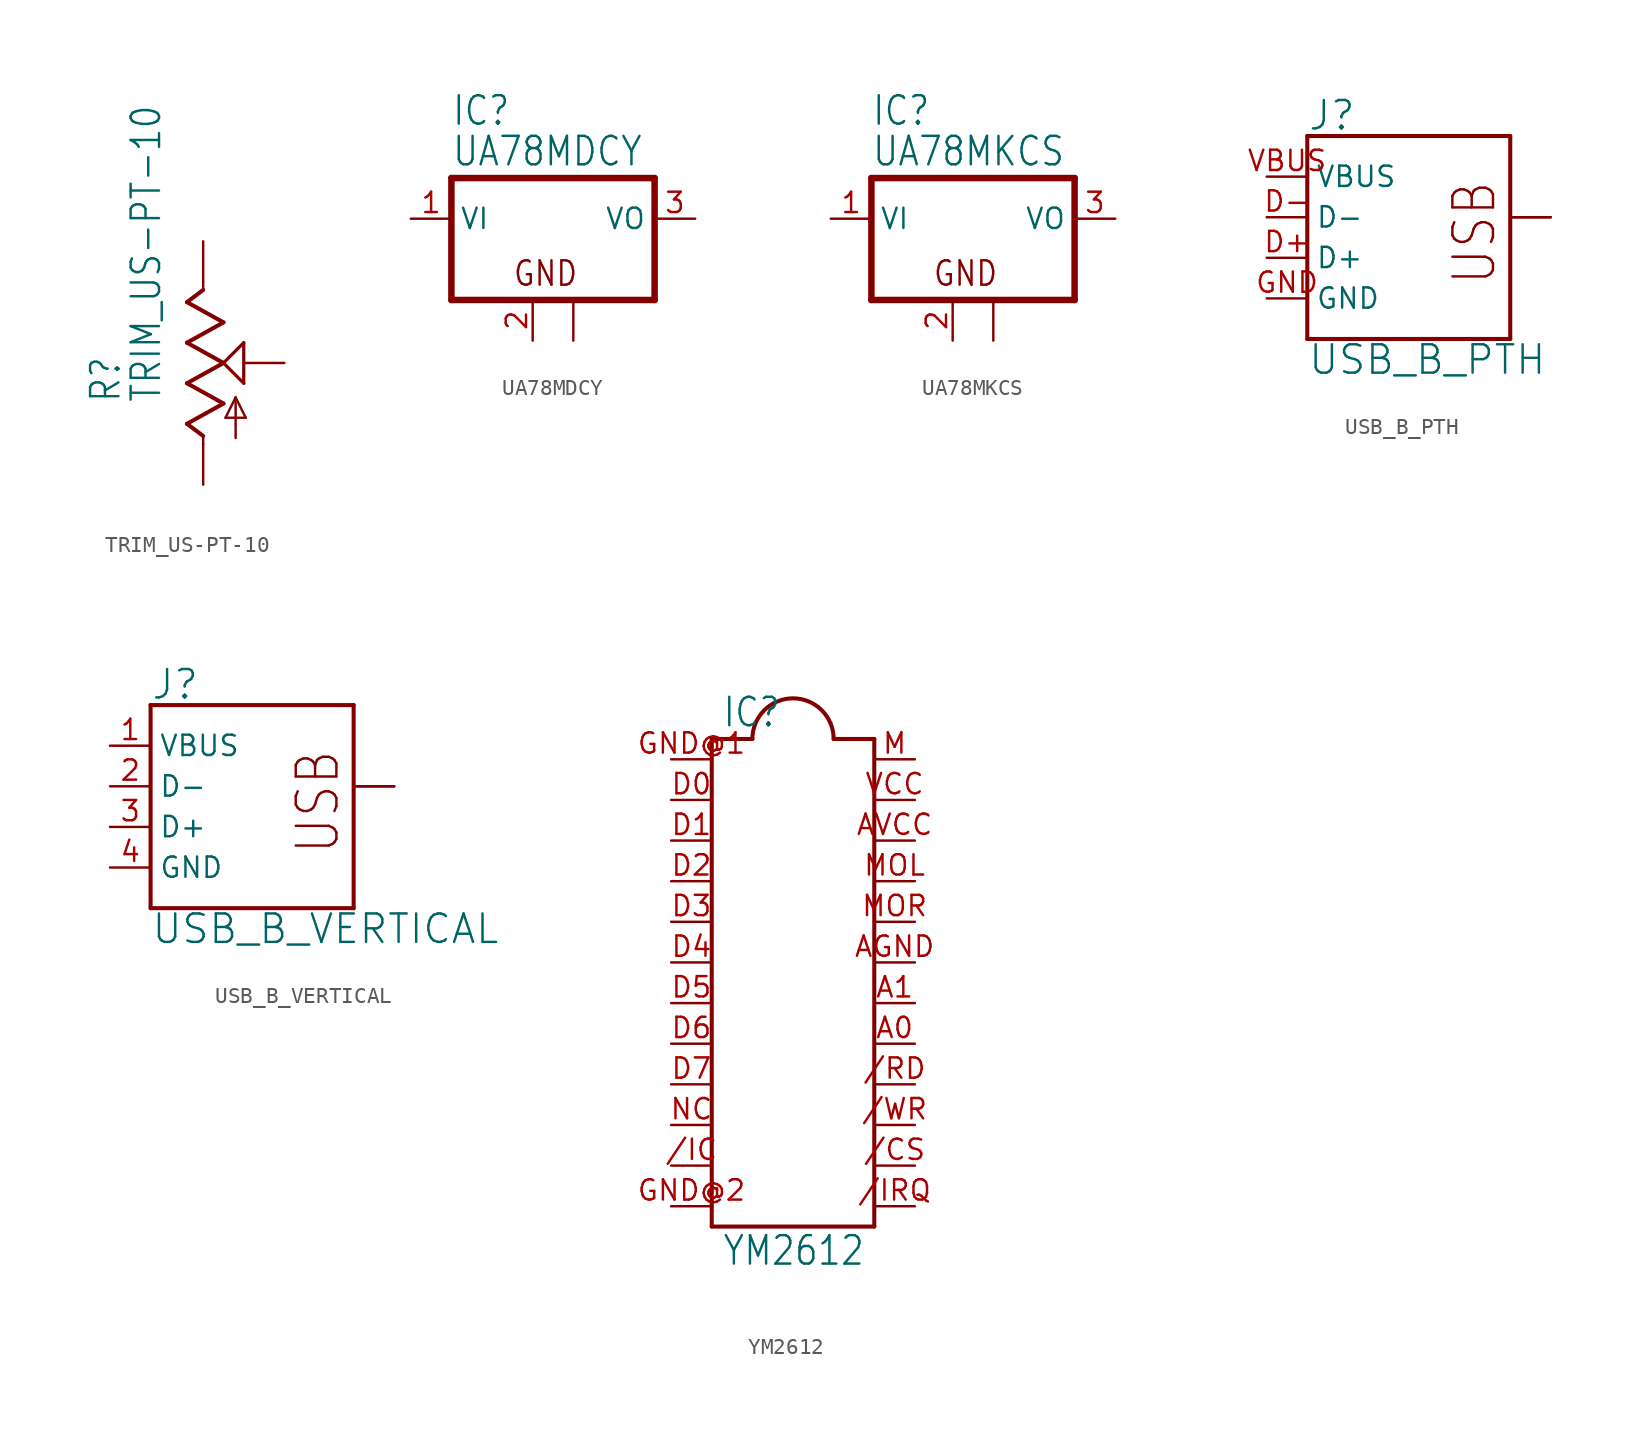
<source format=kicad_sym>
(kicad_symbol_lib
  (version 20211014)
  (generator kicad_symbol_editor)
  (symbol "TRIM_US-PT-10"
    (property "Reference" "R"
      (at -5.08 -2.54 90)
      (effects (font (size 1.778 1.511)) (justify left bottom)))
    (property "Value" "TRIM_US-PT-10"
      (at -2.54 -2.54 90)
      (effects (font (size 1.778 1.511)) (justify left bottom)))
    (property "ki_locked" ""
      (at 0 0 0)
      (effects (font (size 1.27 1.27))))
    (symbol "TRIM_US-PT-10_1_0"
      (polyline (pts (xy -1.016 -3.81) (xy 1.27 -2.54)) (stroke (width 0.254) (type default) (color 0 0 0 0)) (fill (type none)))
      (polyline (pts (xy -1.016 -1.27) (xy 1.27 0)) (stroke (width 0.254) (type default) (color 0 0 0 0)) (fill (type none)))
      (polyline (pts (xy -1.016 1.27) (xy 1.27 2.54)) (stroke (width 0.254) (type default) (color 0 0 0 0)) (fill (type none)))
      (polyline (pts (xy -1.016 3.81) (xy 0 4.572)) (stroke (width 0.254) (type default) (color 0 0 0 0)) (fill (type none)))
      (polyline (pts (xy 0 -5.08) (xy 0 -4.572)) (stroke (width 0.152) (type default) (color 0 0 0 0)) (fill (type none)))
      (polyline (pts (xy 0 -4.572) (xy -1.016 -3.81)) (stroke (width 0.254) (type default) (color 0 0 0 0)) (fill (type none)))
      (polyline (pts (xy 0 4.572) (xy 0 5.08)) (stroke (width 0.152) (type default) (color 0 0 0 0)) (fill (type none)))
      (polyline (pts (xy 1.27 -2.54) (xy -1.016 -1.27)) (stroke (width 0.254) (type default) (color 0 0 0 0)) (fill (type none)))
      (polyline (pts (xy 1.27 0) (xy -1.016 1.27)) (stroke (width 0.254) (type default) (color 0 0 0 0)) (fill (type none)))
      (polyline (pts (xy 1.27 0) (xy 2.54 1.27)) (stroke (width 0.203) (type default) (color 0 0 0 0)) (fill (type none)))
      (polyline (pts (xy 1.27 2.54) (xy -1.016 3.81)) (stroke (width 0.254) (type default) (color 0 0 0 0)) (fill (type none)))
      (polyline (pts (xy 1.397 -3.429) (xy 2.032 -2.159)) (stroke (width 0.152) (type default) (color 0 0 0 0)) (fill (type none)))
      (polyline (pts (xy 2.032 -4.699) (xy 2.032 -2.159)) (stroke (width 0.152) (type default) (color 0 0 0 0)) (fill (type none)))
      (polyline (pts (xy 2.032 -2.159) (xy 2.667 -3.429)) (stroke (width 0.152) (type default) (color 0 0 0 0)) (fill (type none)))
      (polyline (pts (xy 2.54 -1.27) (xy 1.27 0)) (stroke (width 0.203) (type default) (color 0 0 0 0)) (fill (type none)))
      (polyline (pts (xy 2.54 1.27) (xy 2.54 -1.27)) (stroke (width 0.203) (type default) (color 0 0 0 0)) (fill (type none)))
      (polyline (pts (xy 2.667 -3.429) (xy 1.397 -3.429)) (stroke (width 0.152) (type default) (color 0 0 0 0)) (fill (type none)))
      (pin passive line (at 0 -7.62 90) (length 2.54) (name "A" (effects (font (size 0 0)))) (number "A" (effects (font (size 0 0)))))
      (pin passive line (at 0 7.62 270) (length 2.54) (name "E" (effects (font (size 0 0)))) (number "E" (effects (font (size 0 0)))))
      (pin passive line (at 5.08 0 180) (length 2.54) (name "S" (effects (font (size 0 0)))) (number "S" (effects (font (size 0 0)))))))
  (symbol "UA78MDCY"
    (property "Reference" "IC"
      (at -5.08 5.715 0)
      (effects (font (size 1.778 1.511)) (justify left bottom)))
    (property "Value" "UA78MDCY"
      (at -5.08 3.175 0)
      (effects (font (size 1.778 1.511)) (justify left bottom)))
    (property "ki_locked" ""
      (at 0 0 0)
      (effects (font (size 1.27 1.27))))
    (symbol "UA78MDCY_1_0"
      (polyline (pts (xy -5.08 -5.08) (xy 7.62 -5.08)) (stroke (width 0.406) (type default) (color 0 0 0 0)) (fill (type none)))
      (polyline (pts (xy -5.08 2.54) (xy -5.08 -5.08)) (stroke (width 0.406) (type default) (color 0 0 0 0)) (fill (type none)))
      (polyline (pts (xy 7.62 -5.08) (xy 7.62 2.54)) (stroke (width 0.406) (type default) (color 0 0 0 0)) (fill (type none)))
      (polyline (pts (xy 7.62 2.54) (xy -5.08 2.54)) (stroke (width 0.406) (type default) (color 0 0 0 0)) (fill (type none)))
      (text "GND" (at -1.27 -4.318 0) (effects (font (size 1.524 1.295)) (justify left bottom)))
      (pin input line (at -7.62 0 0) (length 2.54) (name "VI" (effects (font (size 1.27 1.27)))) (number "1" (effects (font (size 1.27 1.27)))))
      (pin passive line (at 0 -7.62 90) (length 2.54) (name "GND" (effects (font (size 0 0)))) (number "2" (effects (font (size 1.27 1.27)))))
      (pin passive line (at 10.16 0 180) (length 2.54) (name "VO" (effects (font (size 1.27 1.27)))) (number "3" (effects (font (size 1.27 1.27)))))
      (pin passive line (at 2.54 -7.62 90) (length 2.54) (name "GND@1" (effects (font (size 0 0)))) (number "4" (effects (font (size 0 0)))))))
  (symbol "UA78MKCS"
    (property "Reference" "IC"
      (at -5.08 5.715 0)
      (effects (font (size 1.778 1.511)) (justify left bottom)))
    (property "Value" "UA78MKCS"
      (at -5.08 3.175 0)
      (effects (font (size 1.778 1.511)) (justify left bottom)))
    (property "ki_locked" ""
      (at 0 0 0)
      (effects (font (size 1.27 1.27))))
    (symbol "UA78MKCS_1_0"
      (polyline (pts (xy -5.08 -5.08) (xy 7.62 -5.08)) (stroke (width 0.406) (type default) (color 0 0 0 0)) (fill (type none)))
      (polyline (pts (xy -5.08 2.54) (xy -5.08 -5.08)) (stroke (width 0.406) (type default) (color 0 0 0 0)) (fill (type none)))
      (polyline (pts (xy 7.62 -5.08) (xy 7.62 2.54)) (stroke (width 0.406) (type default) (color 0 0 0 0)) (fill (type none)))
      (polyline (pts (xy 7.62 2.54) (xy -5.08 2.54)) (stroke (width 0.406) (type default) (color 0 0 0 0)) (fill (type none)))
      (text "GND" (at -1.27 -4.318 0) (effects (font (size 1.524 1.295)) (justify left bottom)))
      (pin input line (at -7.62 0 0) (length 2.54) (name "VI" (effects (font (size 1.27 1.27)))) (number "1" (effects (font (size 1.27 1.27)))))
      (pin passive line (at 0 -7.62 90) (length 2.54) (name "GND" (effects (font (size 0 0)))) (number "2" (effects (font (size 1.27 1.27)))))
      (pin passive line (at 10.16 0 180) (length 2.54) (name "VO" (effects (font (size 1.27 1.27)))) (number "3" (effects (font (size 1.27 1.27)))))
      (pin passive line (at 2.54 -7.62 90) (length 2.54) (name "GND@1" (effects (font (size 0 0)))) (number "TAB" (effects (font (size 0 0)))))))
  (symbol "USB_B_PTH"
    (property "Reference" "J"
      (at -5.08 7.874 0)
      (effects (font (size 1.778 1.778)) (justify left bottom)))
    (property "Value" "USB_B_PTH"
      (at -5.08 -5.334 0)
      (effects (font (size 1.778 1.778)) (justify left top)))
    (property "ki_locked" ""
      (at 0 0 0)
      (effects (font (size 1.27 1.27))))
    (symbol "USB_B_PTH_1_0"
      (polyline (pts (xy -5.08 -5.08) (xy 7.62 -5.08)) (stroke (width 0.254) (type default) (color 0 0 0 0)) (fill (type none)))
      (polyline (pts (xy -5.08 7.62) (xy -5.08 -5.08)) (stroke (width 0.254) (type default) (color 0 0 0 0)) (fill (type none)))
      (polyline (pts (xy 7.62 7.62) (xy -5.08 7.62)) (stroke (width 0.254) (type default) (color 0 0 0 0)) (fill (type none)))
      (polyline (pts (xy 7.62 7.62) (xy 7.62 -5.08)) (stroke (width 0.254) (type default) (color 0 0 0 0)) (fill (type none)))
      (text "USB" (at 6.858 -1.778 900) (effects (font (size 2.54 2.159)) (justify left bottom)))
      (pin bidirectional line (at -7.62 0 0) (length 2.54) (name "D+" (effects (font (size 1.27 1.27)))) (number "D+" (effects (font (size 1.27 1.27)))))
      (pin bidirectional line (at -7.62 2.54 0) (length 2.54) (name "D-" (effects (font (size 1.27 1.27)))) (number "D-" (effects (font (size 1.27 1.27)))))
      (pin power_in line (at -7.62 -2.54 0) (length 2.54) (name "GND" (effects (font (size 1.27 1.27)))) (number "GND" (effects (font (size 1.27 1.27)))))
      (pin bidirectional line (at 10.16 2.54 180) (length 2.54) (name "SHIELD" (effects (font (size 0 0)))) (number "SHLD1" (effects (font (size 0 0)))))
      (pin bidirectional line (at 10.16 2.54 180) (length 2.54) (name "SHIELD" (effects (font (size 0 0)))) (number "SHLD2" (effects (font (size 0 0)))))
      (pin power_in line (at -7.62 5.08 0) (length 2.54) (name "VBUS" (effects (font (size 1.27 1.27)))) (number "VBUS" (effects (font (size 1.27 1.27)))))))
  (symbol "USB_B_VERTICAL"
    (property "Reference" "J"
      (at -5.08 7.874 0)
      (effects (font (size 1.778 1.778)) (justify left bottom)))
    (property "Value" "USB_B_VERTICAL"
      (at -5.08 -5.334 0)
      (effects (font (size 1.778 1.778)) (justify left top)))
    (property "ki_locked" ""
      (at 0 0 0)
      (effects (font (size 1.27 1.27))))
    (symbol "USB_B_VERTICAL_1_0"
      (polyline (pts (xy -5.08 -5.08) (xy 7.62 -5.08)) (stroke (width 0.254) (type default) (color 0 0 0 0)) (fill (type none)))
      (polyline (pts (xy -5.08 7.62) (xy -5.08 -5.08)) (stroke (width 0.254) (type default) (color 0 0 0 0)) (fill (type none)))
      (polyline (pts (xy 7.62 7.62) (xy -5.08 7.62)) (stroke (width 0.254) (type default) (color 0 0 0 0)) (fill (type none)))
      (polyline (pts (xy 7.62 7.62) (xy 7.62 -5.08)) (stroke (width 0.254) (type default) (color 0 0 0 0)) (fill (type none)))
      (text "USB" (at 6.858 -1.778 900) (effects (font (size 2.54 2.159)) (justify left bottom)))
      (pin power_in line (at -7.62 5.08 0) (length 2.54) (name "VBUS" (effects (font (size 1.27 1.27)))) (number "1" (effects (font (size 1.27 1.27)))))
      (pin bidirectional line (at -7.62 2.54 0) (length 2.54) (name "D-" (effects (font (size 1.27 1.27)))) (number "2" (effects (font (size 1.27 1.27)))))
      (pin bidirectional line (at -7.62 0 0) (length 2.54) (name "D+" (effects (font (size 1.27 1.27)))) (number "3" (effects (font (size 1.27 1.27)))))
      (pin power_in line (at -7.62 -2.54 0) (length 2.54) (name "GND" (effects (font (size 1.27 1.27)))) (number "4" (effects (font (size 1.27 1.27)))))
      (pin bidirectional line (at 10.16 2.54 180) (length 2.54) (name "SHIELD" (effects (font (size 0 0)))) (number "5" (effects (font (size 0 0)))))
      (pin bidirectional line (at 10.16 2.54 180) (length 2.54) (name "SHIELD" (effects (font (size 0 0)))) (number "6" (effects (font (size 0 0)))))))
  (symbol "YM2612"
    (property "Reference" "IC"
      (at -4.445 17.145 0)
      (effects (font (size 1.778 1.511)) (justify left bottom)))
    (property "Value" "YM2612"
      (at -4.445 -16.51 0)
      (effects (font (size 1.778 1.511)) (justify left bottom)))
    (property "ki_locked" ""
      (at 0 0 0)
      (effects (font (size 1.27 1.27))))
    (symbol "YM2612_1_0"
      (polyline (pts (xy -5.08 -13.97) (xy 5.08 -13.97)) (stroke (width 0.254) (type default) (color 0 0 0 0)) (fill (type none)))
      (polyline (pts (xy -5.08 16.51) (xy -5.08 -13.97)) (stroke (width 0.254) (type default) (color 0 0 0 0)) (fill (type none)))
      (polyline (pts (xy -5.08 16.51) (xy -2.54 16.51)) (stroke (width 0.254) (type default) (color 0 0 0 0)) (fill (type none)))
      (polyline (pts (xy 5.08 -13.97) (xy 5.08 16.51)) (stroke (width 0.254) (type default) (color 0 0 0 0)) (fill (type none)))
      (polyline (pts (xy 5.08 16.51) (xy 2.54 16.51)) (stroke (width 0.254) (type default) (color 0 0 0 0)) (fill (type none)))
      (arc (start 2.54 16.51) (mid 0 19.05) (end -2.54 16.51) (stroke (width 0.254) (type default) (color 0 0 0 0)) (fill (type none)))
      (pin passive line (at 7.62 -10.16 180) (length 2.54) (name "/CS" (effects (font (size 0 0)))) (number "/CS" (effects (font (size 1.27 1.27)))))
      (pin passive line (at -7.62 -10.16 0) (length 2.54) (name "/IC" (effects (font (size 0 0)))) (number "/IC" (effects (font (size 1.27 1.27)))))
      (pin passive line (at 7.62 -12.7 180) (length 2.54) (name "/IRQ" (effects (font (size 0 0)))) (number "/IRQ" (effects (font (size 1.27 1.27)))))
      (pin passive line (at 7.62 -5.08 180) (length 2.54) (name "/RD" (effects (font (size 0 0)))) (number "/RD" (effects (font (size 1.27 1.27)))))
      (pin passive line (at 7.62 -7.62 180) (length 2.54) (name "/WR" (effects (font (size 0 0)))) (number "/WR" (effects (font (size 1.27 1.27)))))
      (pin passive line (at 7.62 -2.54 180) (length 2.54) (name "A0" (effects (font (size 0 0)))) (number "A0" (effects (font (size 1.27 1.27)))))
      (pin passive line (at 7.62 0 180) (length 2.54) (name "A1" (effects (font (size 0 0)))) (number "A1" (effects (font (size 1.27 1.27)))))
      (pin passive line (at 7.62 2.54 180) (length 2.54) (name "AGND" (effects (font (size 0 0)))) (number "AGND" (effects (font (size 1.27 1.27)))))
      (pin passive line (at 7.62 10.16 180) (length 2.54) (name "AVCC" (effects (font (size 0 0)))) (number "AVCC" (effects (font (size 1.27 1.27)))))
      (pin passive line (at -7.62 12.7 0) (length 2.54) (name "D0" (effects (font (size 0 0)))) (number "D0" (effects (font (size 1.27 1.27)))))
      (pin passive line (at -7.62 10.16 0) (length 2.54) (name "D1" (effects (font (size 0 0)))) (number "D1" (effects (font (size 1.27 1.27)))))
      (pin passive line (at -7.62 7.62 0) (length 2.54) (name "D2" (effects (font (size 0 0)))) (number "D2" (effects (font (size 1.27 1.27)))))
      (pin passive line (at -7.62 5.08 0) (length 2.54) (name "D3" (effects (font (size 0 0)))) (number "D3" (effects (font (size 1.27 1.27)))))
      (pin passive line (at -7.62 2.54 0) (length 2.54) (name "D4" (effects (font (size 0 0)))) (number "D4" (effects (font (size 1.27 1.27)))))
      (pin passive line (at -7.62 0 0) (length 2.54) (name "D5" (effects (font (size 0 0)))) (number "D5" (effects (font (size 1.27 1.27)))))
      (pin passive line (at -7.62 -2.54 0) (length 2.54) (name "D6" (effects (font (size 0 0)))) (number "D6" (effects (font (size 1.27 1.27)))))
      (pin passive line (at -7.62 -5.08 0) (length 2.54) (name "D7" (effects (font (size 0 0)))) (number "D7" (effects (font (size 1.27 1.27)))))
      (pin passive line (at -7.62 15.24 0) (length 2.54) (name "GND@1" (effects (font (size 0 0)))) (number "GND@1" (effects (font (size 1.27 1.27)))))
      (pin passive line (at -7.62 -12.7 0) (length 2.54) (name "GND@2" (effects (font (size 0 0)))) (number "GND@2" (effects (font (size 1.27 1.27)))))
      (pin passive line (at 7.62 15.24 180) (length 2.54) (name "M" (effects (font (size 0 0)))) (number "M" (effects (font (size 1.27 1.27)))))
      (pin passive line (at 7.62 7.62 180) (length 2.54) (name "MOL" (effects (font (size 0 0)))) (number "MOL" (effects (font (size 1.27 1.27)))))
      (pin passive line (at 7.62 5.08 180) (length 2.54) (name "MOR" (effects (font (size 0 0)))) (number "MOR" (effects (font (size 1.27 1.27)))))
      (pin passive line (at -7.62 -7.62 0) (length 2.54) (name "NC" (effects (font (size 0 0)))) (number "NC" (effects (font (size 1.27 1.27)))))
      (pin passive line (at 7.62 12.7 180) (length 2.54) (name "VCC" (effects (font (size 0 0)))) (number "VCC" (effects (font (size 1.27 1.27))))))))
</source>
